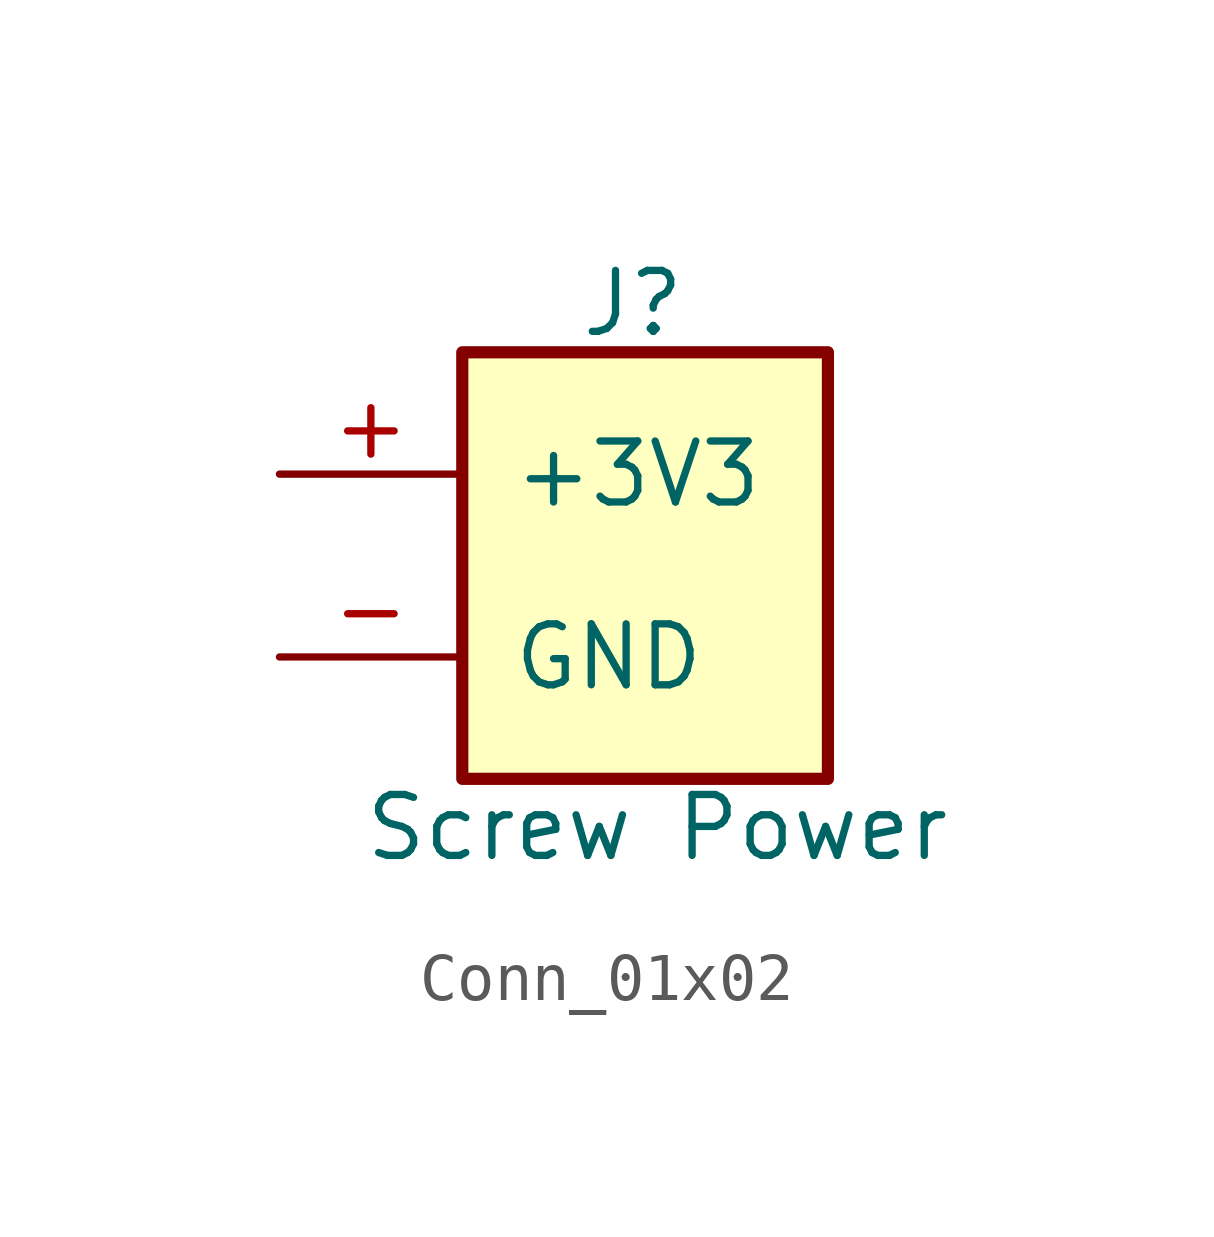
<source format=kicad_sym>
(kicad_symbol_lib
  (version 20231120)
  (generator "kicad_symbol_editor")
  (generator_version "8.0")
  (symbol "Conn_01x02"
    (pin_names
      (offset 1.016))
    (property "Reference" "J"
      (at 2.286 4.826 0)
      (effects (font (size 1.27 1.27))))
    (property "Value" "Screw Power"
      (at 2.794 -6.096 0)
      (effects (font (size 1.27 1.27))))
    (symbol "Conn_01x02_1_1"
      (rectangle (start -1.27 3.81) (end 6.35 -5.08) (stroke (width 0.254) (type default)) (fill (type background)))
      (pin power_out line (at -5.08 1.27 0) (length 3.81) (name "+3V3" (effects (font (size 1.27 1.27)))) (number "+" (effects (font (size 1.27 1.27)))))
      (pin power_out line (at -5.08 -2.54 0) (length 3.81) (name "GND" (effects (font (size 1.27 1.27)))) (number "-" (effects (font (size 1.27 1.27))))))))
</source>
